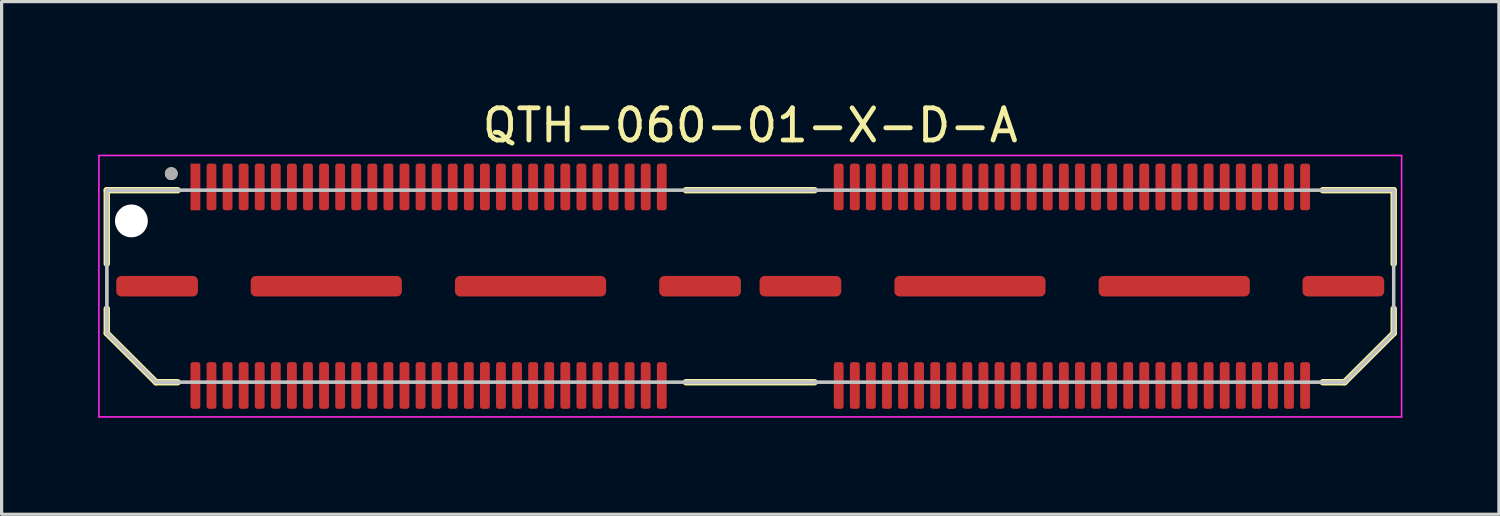
<source format=kicad_pcb>
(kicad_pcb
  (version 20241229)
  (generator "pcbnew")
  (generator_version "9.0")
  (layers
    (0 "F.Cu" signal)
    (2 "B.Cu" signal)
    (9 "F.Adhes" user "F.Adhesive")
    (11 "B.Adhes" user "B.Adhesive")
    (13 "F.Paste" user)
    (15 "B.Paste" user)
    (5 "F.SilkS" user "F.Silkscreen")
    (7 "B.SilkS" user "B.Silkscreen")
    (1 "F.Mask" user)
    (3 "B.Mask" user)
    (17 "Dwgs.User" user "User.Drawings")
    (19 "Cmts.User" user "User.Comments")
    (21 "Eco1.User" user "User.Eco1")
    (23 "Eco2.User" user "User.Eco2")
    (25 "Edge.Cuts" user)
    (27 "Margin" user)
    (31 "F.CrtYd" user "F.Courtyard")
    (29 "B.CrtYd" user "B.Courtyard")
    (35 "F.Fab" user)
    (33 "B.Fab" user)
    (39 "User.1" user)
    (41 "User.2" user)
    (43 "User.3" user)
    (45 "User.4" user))
  (footprint "QTH-060-01-X-D-A"
    (layer "F.Cu")
    (at 20.275 5.848)
    (property "Reference" "QTH-060-01-X-D-A" (at 0 -5 0) (layer "F.SilkS") (effects (font (size 1 1) (thickness 0.15))))
    (attr smd)
    (fp_line (start -20.005 -2.985) (end -17.8 -2.985) (stroke (width 0.2) (type solid)) (layer "F.SilkS"))
    (fp_line (start -20.005 -0.7) (end -20.005 -2.985) (stroke (width 0.2) (type solid)) (layer "F.SilkS"))
    (fp_line (start -20.005 1.461) (end -20.005 0.7) (stroke (width 0.2) (type solid)) (layer "F.SilkS"))
    (fp_line (start -18.476 2.985) (end -20.005 1.461) (stroke (width 0.2) (type solid)) (layer "F.SilkS"))
    (fp_line (start -18.476 2.985) (end -17.8 2.985) (stroke (width 0.2) (type solid)) (layer "F.SilkS"))
    (fp_line (start -2 -2.985) (end 2 -2.985) (stroke (width 0.2) (type solid)) (layer "F.SilkS"))
    (fp_line (start -2 2.985) (end 2 2.985) (stroke (width 0.2) (type solid)) (layer "F.SilkS"))
    (fp_line (start 18.476 2.985) (end 17.8 2.985) (stroke (width 0.2) (type solid)) (layer "F.SilkS"))
    (fp_line (start 20.005 -2.985) (end 17.8 -2.985) (stroke (width 0.2) (type solid)) (layer "F.SilkS"))
    (fp_line (start 20.005 -0.7) (end 20.005 -2.985) (stroke (width 0.2) (type solid)) (layer "F.SilkS"))
    (fp_line (start 20.005 1.461) (end 18.476 2.985) (stroke (width 0.2) (type solid)) (layer "F.SilkS"))
    (fp_line (start 20.005 1.461) (end 20.005 0.7) (stroke (width 0.2) (type solid)) (layer "F.SilkS"))
    (fp_circle (center -18 -3.5) (end -17.9 -3.5) (stroke (width 0.2) (type solid)) (fill no) (layer "F.SilkS"))
    (fp_line (start -20 -2.985) (end 20 -2.985) (stroke (width 0.1) (type solid)) (layer "Dwgs.User"))
    (fp_line (start -20 1.46) (end -20 -2.985) (stroke (width 0.1) (type solid)) (layer "Dwgs.User"))
    (fp_line (start -18.476 2.985) (end -20 1.46) (stroke (width 0.1) (type solid)) (layer "Dwgs.User"))
    (fp_line (start 18.476 2.985) (end -18.476 2.985) (stroke (width 0.1) (type solid)) (layer "Dwgs.User"))
    (fp_line (start 20 -2.985) (end 20 1.46) (stroke (width 0.1) (type solid)) (layer "Dwgs.User"))
    (fp_line (start 20 1.46) (end 18.476 2.985) (stroke (width 0.1) (type solid)) (layer "Dwgs.User"))
    (fp_line (start -20.25 -4.065) (end 20.25 -4.065) (stroke (width 0.05) (type solid)) (layer "F.CrtYd"))
    (fp_line (start -20.25 4.065) (end -20.25 -4.065) (stroke (width 0.05) (type solid)) (layer "F.CrtYd"))
    (fp_line (start 20.25 -4.065) (end 20.25 4.065) (stroke (width 0.05) (type solid)) (layer "F.CrtYd"))
    (fp_line (start 20.25 4.065) (end -20.25 4.065) (stroke (width 0.05) (type solid)) (layer "F.CrtYd"))
    (fp_line (start -20.005 -2.985) (end 20.005 -2.985) (stroke (width 0.1) (type solid)) (layer "F.Fab"))
    (fp_line (start -20.005 1.461) (end -20.005 -2.985) (stroke (width 0.1) (type solid)) (layer "F.Fab"))
    (fp_line (start -18.476 2.985) (end -20.005 1.461) (stroke (width 0.1) (type solid)) (layer "F.Fab"))
    (fp_line (start 18.476 2.985) (end -18.476 2.985) (stroke (width 0.1) (type solid)) (layer "F.Fab"))
    (fp_line (start 20.005 -2.985) (end 20.005 1.461) (stroke (width 0.1) (type solid)) (layer "F.Fab"))
    (fp_line (start 20.005 1.461) (end 18.476 2.985) (stroke (width 0.1) (type solid)) (layer "F.Fab"))
    (fp_circle (center -18 -3.5) (end -17.9 -3.5) (stroke (width 0.2) (type solid)) (fill no) (layer "F.Fab"))
    (pad "" np_thru_hole circle (at -19.24 -2.03) (size 1.02 1.02) (drill 1.02) (layers "*.Cu" "*.Mask"))
    (pad "01" smd rect (at -17.25 -3.086) (size 0.305 1.45) (layers "F.Cu" "F.Mask" "F.Paste"))
    (pad "02" smd roundrect (at -17.25 3.086) (size 0.305 1.45) (layers "F.Cu" "F.Mask" "F.Paste") (roundrect_rratio 0.25))
    (pad "03" smd roundrect (at -16.75 -3.086) (size 0.305 1.45) (layers "F.Cu" "F.Mask" "F.Paste") (roundrect_rratio 0.25))
    (pad "04" smd roundrect (at -16.75 3.086) (size 0.305 1.45) (layers "F.Cu" "F.Mask" "F.Paste") (roundrect_rratio 0.25))
    (pad "05" smd roundrect (at -16.25 -3.086) (size 0.305 1.45) (layers "F.Cu" "F.Mask" "F.Paste") (roundrect_rratio 0.25))
    (pad "06" smd roundrect (at -16.25 3.086) (size 0.305 1.45) (layers "F.Cu" "F.Mask" "F.Paste") (roundrect_rratio 0.25))
    (pad "07" smd roundrect (at -15.75 -3.086) (size 0.305 1.45) (layers "F.Cu" "F.Mask" "F.Paste") (roundrect_rratio 0.25))
    (pad "08" smd roundrect (at -15.75 3.086) (size 0.305 1.45) (layers "F.Cu" "F.Mask" "F.Paste") (roundrect_rratio 0.25))
    (pad "09" smd roundrect (at -15.25 -3.086) (size 0.305 1.45) (layers "F.Cu" "F.Mask" "F.Paste") (roundrect_rratio 0.25))
    (pad "10" smd roundrect (at -15.25 3.086) (size 0.305 1.45) (layers "F.Cu" "F.Mask" "F.Paste") (roundrect_rratio 0.25))
    (pad "11" smd roundrect (at -14.75 -3.086) (size 0.305 1.45) (layers "F.Cu" "F.Mask" "F.Paste") (roundrect_rratio 0.25))
    (pad "12" smd roundrect (at -14.75 3.086) (size 0.305 1.45) (layers "F.Cu" "F.Mask" "F.Paste") (roundrect_rratio 0.25))
    (pad "13" smd roundrect (at -14.25 -3.086) (size 0.305 1.45) (layers "F.Cu" "F.Mask" "F.Paste") (roundrect_rratio 0.25))
    (pad "14" smd roundrect (at -14.25 3.086) (size 0.305 1.45) (layers "F.Cu" "F.Mask" "F.Paste") (roundrect_rratio 0.25))
    (pad "15" smd roundrect (at -13.75 -3.086) (size 0.305 1.45) (layers "F.Cu" "F.Mask" "F.Paste") (roundrect_rratio 0.25))
    (pad "16" smd roundrect (at -13.75 3.086) (size 0.305 1.45) (layers "F.Cu" "F.Mask" "F.Paste") (roundrect_rratio 0.25))
    (pad "17" smd roundrect (at -13.25 -3.086) (size 0.305 1.45) (layers "F.Cu" "F.Mask" "F.Paste") (roundrect_rratio 0.25))
    (pad "18" smd roundrect (at -13.25 3.086) (size 0.305 1.45) (layers "F.Cu" "F.Mask" "F.Paste") (roundrect_rratio 0.25))
    (pad "19" smd roundrect (at -12.75 -3.086) (size 0.305 1.45) (layers "F.Cu" "F.Mask" "F.Paste") (roundrect_rratio 0.25))
    (pad "20" smd roundrect (at -12.75 3.086) (size 0.305 1.45) (layers "F.Cu" "F.Mask" "F.Paste") (roundrect_rratio 0.25))
    (pad "21" smd roundrect (at -12.25 -3.086) (size 0.305 1.45) (layers "F.Cu" "F.Mask" "F.Paste") (roundrect_rratio 0.25))
    (pad "22" smd roundrect (at -12.25 3.086) (size 0.305 1.45) (layers "F.Cu" "F.Mask" "F.Paste") (roundrect_rratio 0.25))
    (pad "23" smd roundrect (at -11.75 -3.086) (size 0.305 1.45) (layers "F.Cu" "F.Mask" "F.Paste") (roundrect_rratio 0.25))
    (pad "24" smd roundrect (at -11.75 3.086) (size 0.305 1.45) (layers "F.Cu" "F.Mask" "F.Paste") (roundrect_rratio 0.25))
    (pad "25" smd roundrect (at -11.25 -3.086) (size 0.305 1.45) (layers "F.Cu" "F.Mask" "F.Paste") (roundrect_rratio 0.25))
    (pad "26" smd roundrect (at -11.25 3.086) (size 0.305 1.45) (layers "F.Cu" "F.Mask" "F.Paste") (roundrect_rratio 0.25))
    (pad "27" smd roundrect (at -10.75 -3.086) (size 0.305 1.45) (layers "F.Cu" "F.Mask" "F.Paste") (roundrect_rratio 0.25))
    (pad "28" smd roundrect (at -10.75 3.086) (size 0.305 1.45) (layers "F.Cu" "F.Mask" "F.Paste") (roundrect_rratio 0.25))
    (pad "29" smd roundrect (at -10.25 -3.086) (size 0.305 1.45) (layers "F.Cu" "F.Mask" "F.Paste") (roundrect_rratio 0.25))
    (pad "30" smd roundrect (at -10.25 3.086) (size 0.305 1.45) (layers "F.Cu" "F.Mask" "F.Paste") (roundrect_rratio 0.25))
    (pad "31" smd roundrect (at -9.75 -3.086) (size 0.305 1.45) (layers "F.Cu" "F.Mask" "F.Paste") (roundrect_rratio 0.25))
    (pad "32" smd roundrect (at -9.75 3.086) (size 0.305 1.45) (layers "F.Cu" "F.Mask" "F.Paste") (roundrect_rratio 0.25))
    (pad "33" smd roundrect (at -9.25 -3.086) (size 0.305 1.45) (layers "F.Cu" "F.Mask" "F.Paste") (roundrect_rratio 0.25))
    (pad "34" smd roundrect (at -9.25 3.086) (size 0.305 1.45) (layers "F.Cu" "F.Mask" "F.Paste") (roundrect_rratio 0.25))
    (pad "35" smd roundrect (at -8.75 -3.086) (size 0.305 1.45) (layers "F.Cu" "F.Mask" "F.Paste") (roundrect_rratio 0.25))
    (pad "36" smd roundrect (at -8.75 3.086) (size 0.305 1.45) (layers "F.Cu" "F.Mask" "F.Paste") (roundrect_rratio 0.25))
    (pad "37" smd roundrect (at -8.25 -3.086) (size 0.305 1.45) (layers "F.Cu" "F.Mask" "F.Paste") (roundrect_rratio 0.25))
    (pad "38" smd roundrect (at -8.25 3.086) (size 0.305 1.45) (layers "F.Cu" "F.Mask" "F.Paste") (roundrect_rratio 0.25))
    (pad "39" smd roundrect (at -7.75 -3.086) (size 0.305 1.45) (layers "F.Cu" "F.Mask" "F.Paste") (roundrect_rratio 0.25))
    (pad "40" smd roundrect (at -7.75 3.086) (size 0.305 1.45) (layers "F.Cu" "F.Mask" "F.Paste") (roundrect_rratio 0.25))
    (pad "41" smd roundrect (at -7.25 -3.086) (size 0.305 1.45) (layers "F.Cu" "F.Mask" "F.Paste") (roundrect_rratio 0.25))
    (pad "42" smd roundrect (at -7.25 3.086) (size 0.305 1.45) (layers "F.Cu" "F.Mask" "F.Paste") (roundrect_rratio 0.25))
    (pad "43" smd roundrect (at -6.75 -3.086) (size 0.305 1.45) (layers "F.Cu" "F.Mask" "F.Paste") (roundrect_rratio 0.25))
    (pad "44" smd roundrect (at -6.75 3.086) (size 0.305 1.45) (layers "F.Cu" "F.Mask" "F.Paste") (roundrect_rratio 0.25))
    (pad "45" smd roundrect (at -6.25 -3.086) (size 0.305 1.45) (layers "F.Cu" "F.Mask" "F.Paste") (roundrect_rratio 0.25))
    (pad "46" smd roundrect (at -6.25 3.086) (size 0.305 1.45) (layers "F.Cu" "F.Mask" "F.Paste") (roundrect_rratio 0.25))
    (pad "47" smd roundrect (at -5.75 -3.086) (size 0.305 1.45) (layers "F.Cu" "F.Mask" "F.Paste") (roundrect_rratio 0.25))
    (pad "48" smd roundrect (at -5.75 3.086) (size 0.305 1.45) (layers "F.Cu" "F.Mask" "F.Paste") (roundrect_rratio 0.25))
    (pad "49" smd roundrect (at -5.25 -3.086) (size 0.305 1.45) (layers "F.Cu" "F.Mask" "F.Paste") (roundrect_rratio 0.25))
    (pad "50" smd roundrect (at -5.25 3.086) (size 0.305 1.45) (layers "F.Cu" "F.Mask" "F.Paste") (roundrect_rratio 0.25))
    (pad "51" smd roundrect (at -4.75 -3.086) (size 0.305 1.45) (layers "F.Cu" "F.Mask" "F.Paste") (roundrect_rratio 0.25))
    (pad "52" smd roundrect (at -4.75 3.086) (size 0.305 1.45) (layers "F.Cu" "F.Mask" "F.Paste") (roundrect_rratio 0.25))
    (pad "53" smd roundrect (at -4.25 -3.086) (size 0.305 1.45) (layers "F.Cu" "F.Mask" "F.Paste") (roundrect_rratio 0.25))
    (pad "54" smd roundrect (at -4.25 3.086) (size 0.305 1.45) (layers "F.Cu" "F.Mask" "F.Paste") (roundrect_rratio 0.25))
    (pad "55" smd roundrect (at -3.75 -3.086) (size 0.305 1.45) (layers "F.Cu" "F.Mask" "F.Paste") (roundrect_rratio 0.25))
    (pad "56" smd roundrect (at -3.75 3.086) (size 0.305 1.45) (layers "F.Cu" "F.Mask" "F.Paste") (roundrect_rratio 0.25))
    (pad "57" smd roundrect (at -3.25 -3.086) (size 0.305 1.45) (layers "F.Cu" "F.Mask" "F.Paste") (roundrect_rratio 0.25))
    (pad "58" smd roundrect (at -3.25 3.086) (size 0.305 1.45) (layers "F.Cu" "F.Mask" "F.Paste") (roundrect_rratio 0.25))
    (pad "59" smd roundrect (at -2.75 -3.086) (size 0.305 1.45) (layers "F.Cu" "F.Mask" "F.Paste") (roundrect_rratio 0.25))
    (pad "60" smd roundrect (at -2.75 3.086) (size 0.305 1.45) (layers "F.Cu" "F.Mask" "F.Paste") (roundrect_rratio 0.25))
    (pad "61" smd roundrect (at 2.75 -3.086) (size 0.305 1.45) (layers "F.Cu" "F.Mask" "F.Paste") (roundrect_rratio 0.25))
    (pad "62" smd roundrect (at 2.75 3.086) (size 0.305 1.45) (layers "F.Cu" "F.Mask" "F.Paste") (roundrect_rratio 0.25))
    (pad "63" smd roundrect (at 3.25 -3.086) (size 0.305 1.45) (layers "F.Cu" "F.Mask" "F.Paste") (roundrect_rratio 0.25))
    (pad "64" smd roundrect (at 3.25 3.086) (size 0.305 1.45) (layers "F.Cu" "F.Mask" "F.Paste") (roundrect_rratio 0.25))
    (pad "65" smd roundrect (at 3.75 -3.086) (size 0.305 1.45) (layers "F.Cu" "F.Mask" "F.Paste") (roundrect_rratio 0.25))
    (pad "66" smd roundrect (at 3.75 3.086) (size 0.305 1.45) (layers "F.Cu" "F.Mask" "F.Paste") (roundrect_rratio 0.25))
    (pad "67" smd roundrect (at 4.25 -3.086) (size 0.305 1.45) (layers "F.Cu" "F.Mask" "F.Paste") (roundrect_rratio 0.25))
    (pad "68" smd roundrect (at 4.25 3.086) (size 0.305 1.45) (layers "F.Cu" "F.Mask" "F.Paste") (roundrect_rratio 0.25))
    (pad "69" smd roundrect (at 4.75 -3.086) (size 0.305 1.45) (layers "F.Cu" "F.Mask" "F.Paste") (roundrect_rratio 0.25))
    (pad "70" smd roundrect (at 4.75 3.086) (size 0.305 1.45) (layers "F.Cu" "F.Mask" "F.Paste") (roundrect_rratio 0.25))
    (pad "71" smd roundrect (at 5.25 -3.086) (size 0.305 1.45) (layers "F.Cu" "F.Mask" "F.Paste") (roundrect_rratio 0.25))
    (pad "72" smd roundrect (at 5.25 3.086) (size 0.305 1.45) (layers "F.Cu" "F.Mask" "F.Paste") (roundrect_rratio 0.25))
    (pad "73" smd roundrect (at 5.75 -3.086) (size 0.305 1.45) (layers "F.Cu" "F.Mask" "F.Paste") (roundrect_rratio 0.25))
    (pad "74" smd roundrect (at 5.75 3.086) (size 0.305 1.45) (layers "F.Cu" "F.Mask" "F.Paste") (roundrect_rratio 0.25))
    (pad "75" smd roundrect (at 6.25 -3.086) (size 0.305 1.45) (layers "F.Cu" "F.Mask" "F.Paste") (roundrect_rratio 0.25))
    (pad "76" smd roundrect (at 6.25 3.09) (size 0.305 1.45) (layers "F.Cu" "F.Mask" "F.Paste") (roundrect_rratio 0.25))
    (pad "77" smd roundrect (at 6.75 -3.086) (size 0.305 1.45) (layers "F.Cu" "F.Mask" "F.Paste") (roundrect_rratio 0.25))
    (pad "78" smd roundrect (at 6.75 3.086) (size 0.305 1.45) (layers "F.Cu" "F.Mask" "F.Paste") (roundrect_rratio 0.25))
    (pad "79" smd roundrect (at 7.25 -3.086) (size 0.305 1.45) (layers "F.Cu" "F.Mask" "F.Paste") (roundrect_rratio 0.25))
    (pad "80" smd roundrect (at 7.25 3.086) (size 0.305 1.45) (layers "F.Cu" "F.Mask" "F.Paste") (roundrect_rratio 0.25))
    (pad "81" smd roundrect (at 7.75 -3.086) (size 0.305 1.45) (layers "F.Cu" "F.Mask" "F.Paste") (roundrect_rratio 0.25))
    (pad "82" smd roundrect (at 7.75 3.086) (size 0.305 1.45) (layers "F.Cu" "F.Mask" "F.Paste") (roundrect_rratio 0.25))
    (pad "83" smd roundrect (at 8.25 -3.086) (size 0.305 1.45) (layers "F.Cu" "F.Mask" "F.Paste") (roundrect_rratio 0.25))
    (pad "84" smd roundrect (at 8.25 3.086) (size 0.305 1.45) (layers "F.Cu" "F.Mask" "F.Paste") (roundrect_rratio 0.25))
    (pad "85" smd roundrect (at 8.75 -3.086) (size 0.305 1.45) (layers "F.Cu" "F.Mask" "F.Paste") (roundrect_rratio 0.25))
    (pad "86" smd roundrect (at 8.75 3.086) (size 0.305 1.45) (layers "F.Cu" "F.Mask" "F.Paste") (roundrect_rratio 0.25))
    (pad "87" smd roundrect (at 9.25 -3.086) (size 0.305 1.45) (layers "F.Cu" "F.Mask" "F.Paste") (roundrect_rratio 0.25))
    (pad "88" smd roundrect (at 9.25 3.086) (size 0.305 1.45) (layers "F.Cu" "F.Mask" "F.Paste") (roundrect_rratio 0.25))
    (pad "89" smd roundrect (at 9.75 -3.086) (size 0.305 1.45) (layers "F.Cu" "F.Mask" "F.Paste") (roundrect_rratio 0.25))
    (pad "90" smd roundrect (at 9.75 3.086) (size 0.305 1.45) (layers "F.Cu" "F.Mask" "F.Paste") (roundrect_rratio 0.25))
    (pad "91" smd roundrect (at 10.25 -3.086) (size 0.305 1.45) (layers "F.Cu" "F.Mask" "F.Paste") (roundrect_rratio 0.25))
    (pad "92" smd roundrect (at 10.25 3.086) (size 0.305 1.45) (layers "F.Cu" "F.Mask" "F.Paste") (roundrect_rratio 0.25))
    (pad "93" smd roundrect (at 10.75 -3.086) (size 0.305 1.45) (layers "F.Cu" "F.Mask" "F.Paste") (roundrect_rratio 0.25))
    (pad "94" smd roundrect (at 10.75 3.086) (size 0.305 1.45) (layers "F.Cu" "F.Mask" "F.Paste") (roundrect_rratio 0.25))
    (pad "95" smd roundrect (at 11.25 -3.086) (size 0.305 1.45) (layers "F.Cu" "F.Mask" "F.Paste") (roundrect_rratio 0.25))
    (pad "96" smd roundrect (at 11.25 3.086) (size 0.305 1.45) (layers "F.Cu" "F.Mask" "F.Paste") (roundrect_rratio 0.25))
    (pad "97" smd roundrect (at 11.75 -3.086) (size 0.305 1.45) (layers "F.Cu" "F.Mask" "F.Paste") (roundrect_rratio 0.25))
    (pad "98" smd roundrect (at 11.75 3.086) (size 0.305 1.45) (layers "F.Cu" "F.Mask" "F.Paste") (roundrect_rratio 0.25))
    (pad "99" smd roundrect (at 12.25 -3.086) (size 0.305 1.45) (layers "F.Cu" "F.Mask" "F.Paste") (roundrect_rratio 0.25))
    (pad "100" smd roundrect (at 12.25 3.086) (size 0.305 1.45) (layers "F.Cu" "F.Mask" "F.Paste") (roundrect_rratio 0.25))
    (pad "101" smd roundrect (at 12.75 -3.086) (size 0.305 1.45) (layers "F.Cu" "F.Mask" "F.Paste") (roundrect_rratio 0.25))
    (pad "102" smd roundrect (at 12.75 3.086) (size 0.305 1.45) (layers "F.Cu" "F.Mask" "F.Paste") (roundrect_rratio 0.25))
    (pad "103" smd roundrect (at 13.25 -3.086) (size 0.305 1.45) (layers "F.Cu" "F.Mask" "F.Paste") (roundrect_rratio 0.25))
    (pad "104" smd roundrect (at 13.25 3.086) (size 0.305 1.45) (layers "F.Cu" "F.Mask" "F.Paste") (roundrect_rratio 0.25))
    (pad "105" smd roundrect (at 13.75 -3.086) (size 0.305 1.45) (layers "F.Cu" "F.Mask" "F.Paste") (roundrect_rratio 0.25))
    (pad "106" smd roundrect (at 13.75 3.086) (size 0.305 1.45) (layers "F.Cu" "F.Mask" "F.Paste") (roundrect_rratio 0.25))
    (pad "107" smd roundrect (at 14.25 -3.086) (size 0.305 1.45) (layers "F.Cu" "F.Mask" "F.Paste") (roundrect_rratio 0.25))
    (pad "108" smd roundrect (at 14.25 3.086) (size 0.305 1.45) (layers "F.Cu" "F.Mask" "F.Paste") (roundrect_rratio 0.25))
    (pad "109" smd roundrect (at 14.75 -3.086) (size 0.305 1.45) (layers "F.Cu" "F.Mask" "F.Paste") (roundrect_rratio 0.25))
    (pad "110" smd roundrect (at 14.75 3.086) (size 0.305 1.45) (layers "F.Cu" "F.Mask" "F.Paste") (roundrect_rratio 0.25))
    (pad "111" smd roundrect (at 15.25 -3.086) (size 0.305 1.45) (layers "F.Cu" "F.Mask" "F.Paste") (roundrect_rratio 0.25))
    (pad "112" smd roundrect (at 15.25 3.086) (size 0.305 1.45) (layers "F.Cu" "F.Mask" "F.Paste") (roundrect_rratio 0.25))
    (pad "113" smd roundrect (at 15.75 -3.086) (size 0.305 1.45) (layers "F.Cu" "F.Mask" "F.Paste") (roundrect_rratio 0.25))
    (pad "114" smd roundrect (at 15.75 3.086) (size 0.305 1.45) (layers "F.Cu" "F.Mask" "F.Paste") (roundrect_rratio 0.25))
    (pad "115" smd roundrect (at 16.25 -3.086) (size 0.305 1.45) (layers "F.Cu" "F.Mask" "F.Paste") (roundrect_rratio 0.25))
    (pad "116" smd roundrect (at 16.25 3.086) (size 0.305 1.45) (layers "F.Cu" "F.Mask" "F.Paste") (roundrect_rratio 0.25))
    (pad "117" smd roundrect (at 16.75 -3.086) (size 0.305 1.45) (layers "F.Cu" "F.Mask" "F.Paste") (roundrect_rratio 0.25))
    (pad "118" smd roundrect (at 16.75 3.086) (size 0.305 1.45) (layers "F.Cu" "F.Mask" "F.Paste") (roundrect_rratio 0.25))
    (pad "119" smd roundrect (at 17.25 -3.086) (size 0.305 1.45) (layers "F.Cu" "F.Mask" "F.Paste") (roundrect_rratio 0.25))
    (pad "120" smd roundrect (at 17.25 3.086) (size 0.305 1.45) (layers "F.Cu" "F.Mask" "F.Paste") (roundrect_rratio 0.25))
    (pad "121" smd roundrect (at -18.44 0) (size 2.54 0.64) (layers "F.Cu" "F.Mask" "F.Paste") (roundrect_rratio 0.25))
    (pad "122" smd roundrect (at -13.181 0) (size 4.7 0.64) (layers "F.Cu" "F.Mask" "F.Paste") (roundrect_rratio 0.25))
    (pad "123" smd roundrect (at -6.831 0) (size 4.7 0.64) (layers "F.Cu" "F.Mask" "F.Paste") (roundrect_rratio 0.25))
    (pad "124" smd roundrect (at -1.56 0) (size 2.54 0.64) (layers "F.Cu" "F.Mask" "F.Paste") (roundrect_rratio 0.25))
    (pad "125" smd roundrect (at 1.56 0) (size 2.54 0.64) (layers "F.Cu" "F.Mask" "F.Paste") (roundrect_rratio 0.25))
    (pad "126" smd roundrect (at 6.831 0) (size 4.7 0.64) (layers "F.Cu" "F.Mask" "F.Paste") (roundrect_rratio 0.25))
    (pad "127" smd roundrect (at 13.181 0) (size 4.7 0.64) (layers "F.Cu" "F.Mask" "F.Paste") (roundrect_rratio 0.25))
    (pad "128" smd roundrect (at 18.44 0) (size 2.54 0.64) (layers "F.Cu" "F.Mask" "F.Paste") (roundrect_rratio 0.25)))
  (gr_rect
    (start -3 -3)
    (end 43.55 12.938)
    (stroke (width 0.1) (type default))
    (fill no)
    (layer "Edge.Cuts")))
</source>
